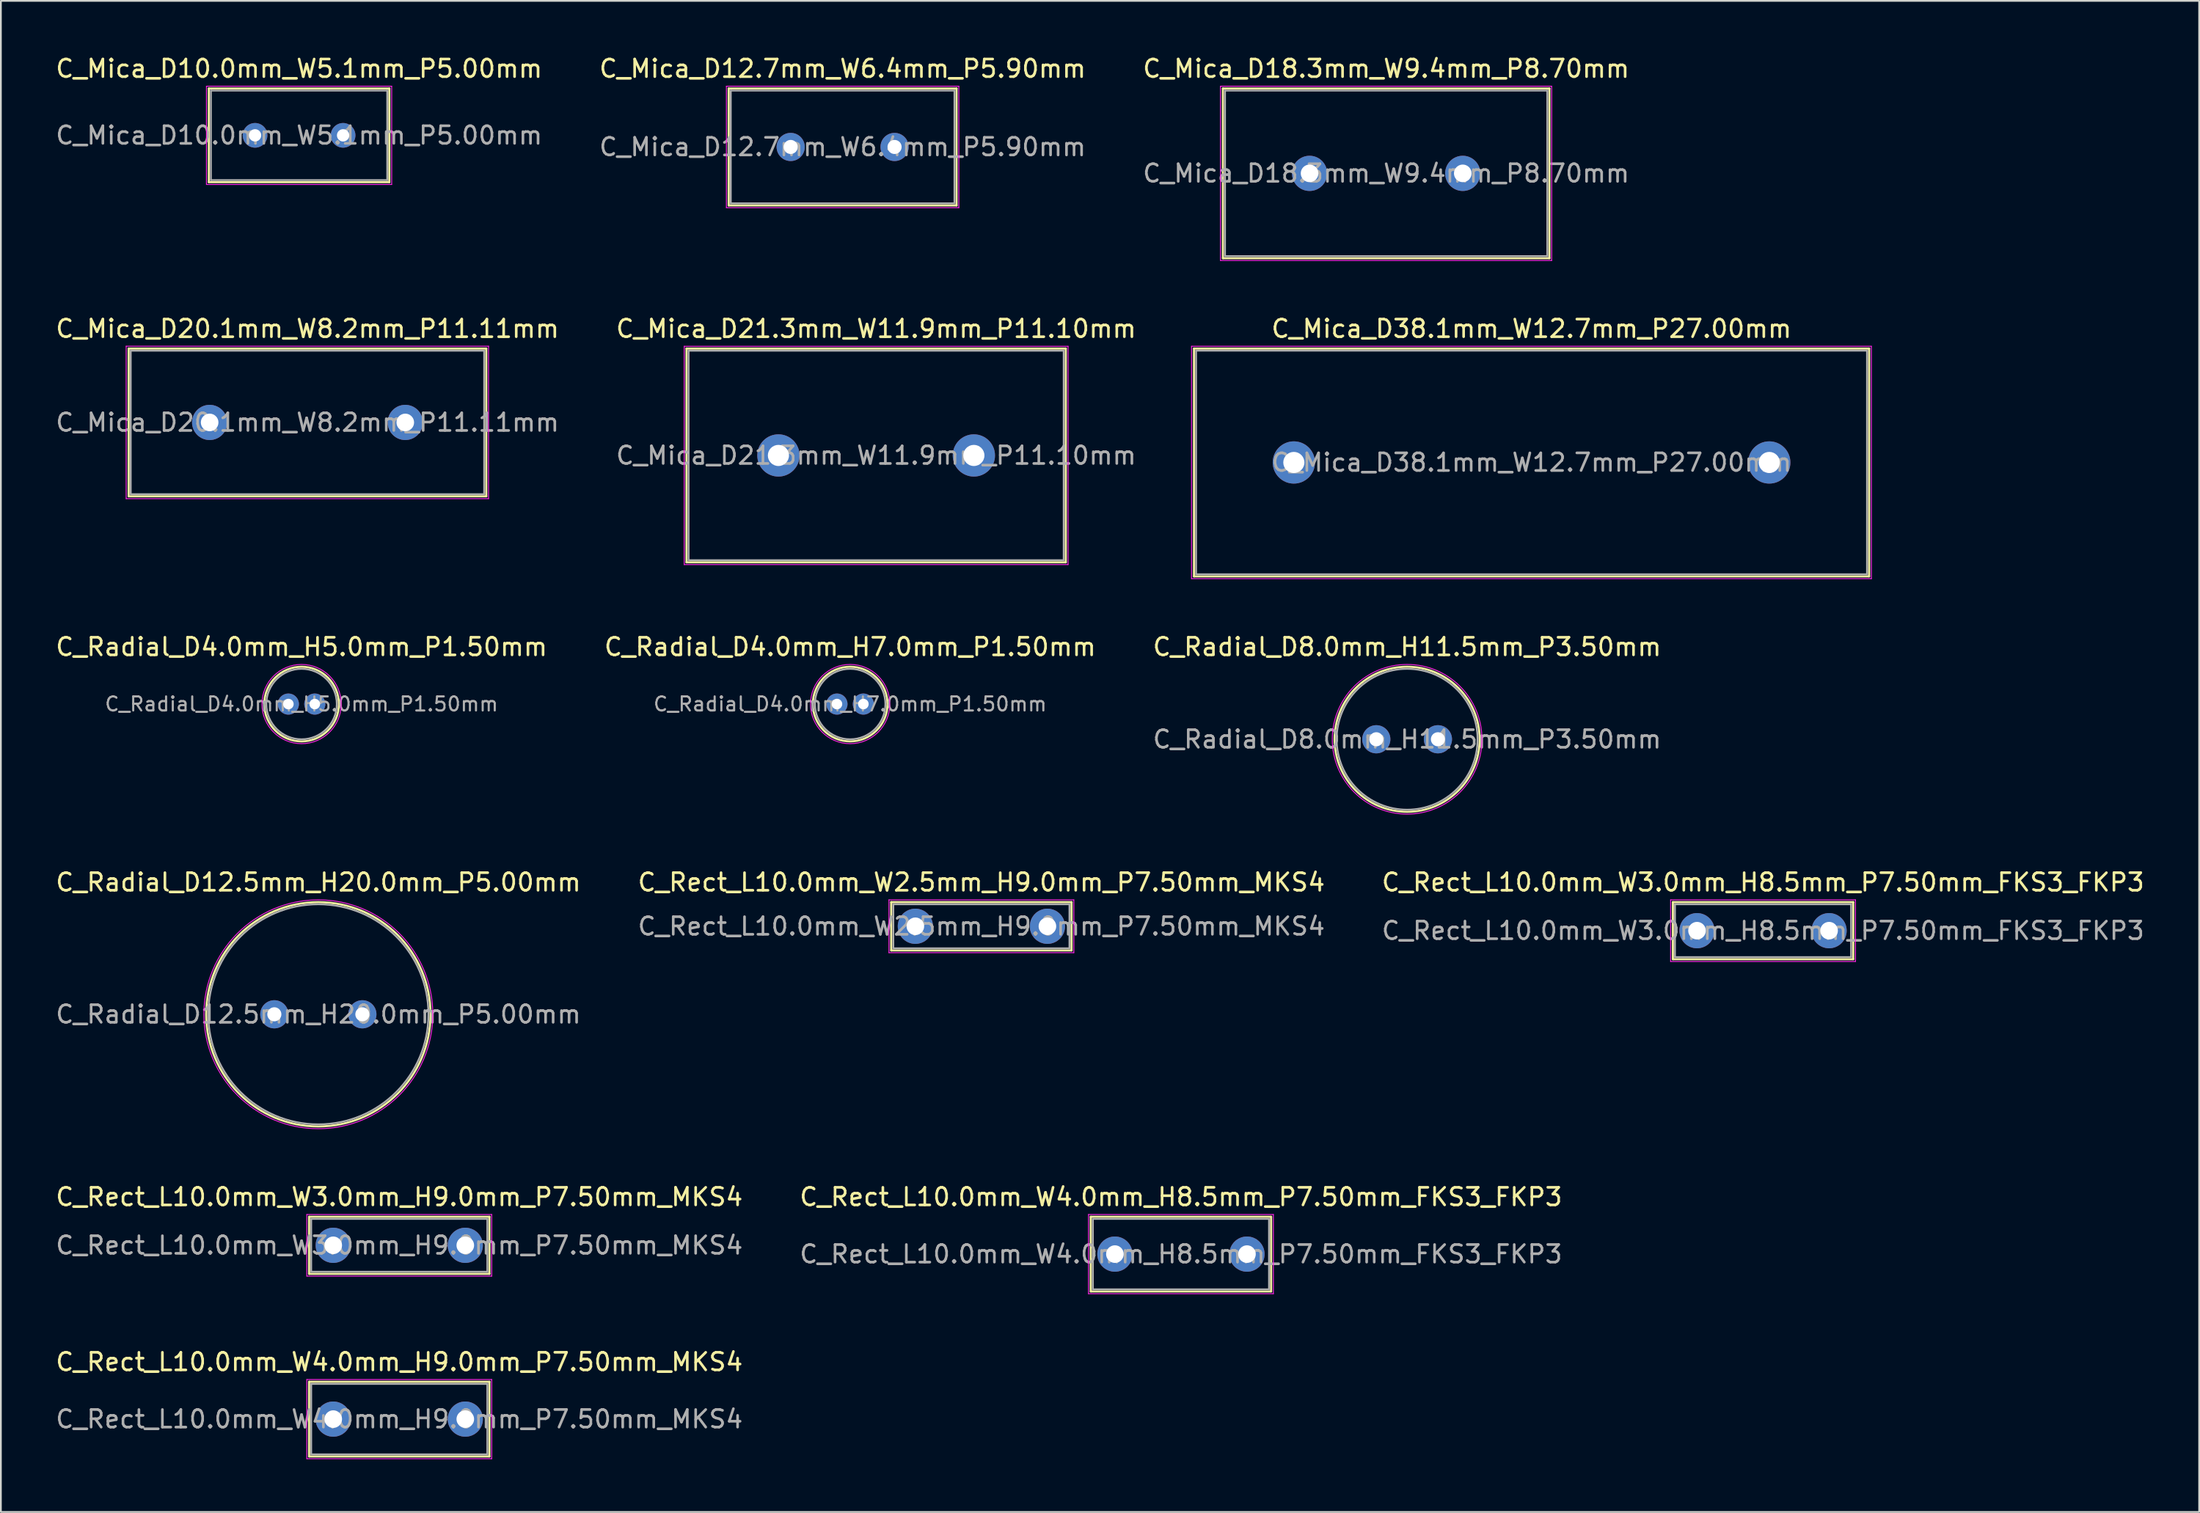
<source format=kicad_pcb>
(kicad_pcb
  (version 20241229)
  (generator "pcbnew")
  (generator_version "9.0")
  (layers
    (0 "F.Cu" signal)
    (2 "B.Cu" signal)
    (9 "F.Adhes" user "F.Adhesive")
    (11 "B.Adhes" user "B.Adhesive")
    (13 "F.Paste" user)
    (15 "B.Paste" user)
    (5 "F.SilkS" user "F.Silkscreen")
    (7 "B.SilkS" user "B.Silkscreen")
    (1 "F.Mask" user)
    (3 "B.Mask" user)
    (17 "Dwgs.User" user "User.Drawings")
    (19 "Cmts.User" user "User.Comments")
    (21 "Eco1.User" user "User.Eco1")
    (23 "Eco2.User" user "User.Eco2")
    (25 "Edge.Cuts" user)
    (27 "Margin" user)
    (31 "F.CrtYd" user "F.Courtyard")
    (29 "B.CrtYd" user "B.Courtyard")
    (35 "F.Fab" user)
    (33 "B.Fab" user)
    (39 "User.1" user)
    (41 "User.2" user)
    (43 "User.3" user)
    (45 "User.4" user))
  (footprint "C_Mica_D12.7mm_W6.4mm_P5.90mm"
    (layer "F.Cu")
    (at 41.854 5.298)
    (property "Reference" "C_Mica_D12.7mm_W6.4mm_P5.90mm" (at 2.95 -4.45 0) (layer "F.SilkS") (effects (font (size 1 1) (thickness 0.15))))
    (attr through_hole)
    (fp_line (start -3.52 -3.32) (end -3.52 3.32) (stroke (width 0.12) (type solid)) (layer "F.SilkS"))
    (fp_line (start -3.52 -3.32) (end 9.42 -3.32) (stroke (width 0.12) (type solid)) (layer "F.SilkS"))
    (fp_line (start -3.52 3.32) (end 9.42 3.32) (stroke (width 0.12) (type solid)) (layer "F.SilkS"))
    (fp_line (start 9.42 -3.32) (end 9.42 3.32) (stroke (width 0.12) (type solid)) (layer "F.SilkS"))
    (fp_line (start -3.65 -3.45) (end -3.65 3.45) (stroke (width 0.05) (type solid)) (layer "F.CrtYd"))
    (fp_line (start -3.65 3.45) (end 9.55 3.45) (stroke (width 0.05) (type solid)) (layer "F.CrtYd"))
    (fp_line (start 9.55 -3.45) (end -3.65 -3.45) (stroke (width 0.05) (type solid)) (layer "F.CrtYd"))
    (fp_line (start 9.55 3.45) (end 9.55 -3.45) (stroke (width 0.05) (type solid)) (layer "F.CrtYd"))
    (fp_line (start -3.4 -3.2) (end -3.4 3.2) (stroke (width 0.1) (type solid)) (layer "F.Fab"))
    (fp_line (start -3.4 3.2) (end 9.3 3.2) (stroke (width 0.1) (type solid)) (layer "F.Fab"))
    (fp_line (start 9.3 -3.2) (end -3.4 -3.2) (stroke (width 0.1) (type solid)) (layer "F.Fab"))
    (fp_line (start 9.3 3.2) (end 9.3 -3.2) (stroke (width 0.1) (type solid)) (layer "F.Fab"))
    (fp_text user "${REFERENCE}" (at 2.95 0 0) (layer "F.Fab") (effects (font (size 1 1) (thickness 0.15))))
    (pad "1" thru_hole circle (at 0 0) (size 1.6 1.6) (drill 0.8) (layers "*.Cu" "*.Mask"))
    (pad "2" thru_hole circle (at 5.9 0) (size 1.6 1.6) (drill 0.8) (layers "*.Cu" "*.Mask")))
  (footprint "C_Mica_D18.3mm_W9.4mm_P8.70mm"
    (layer "F.Cu")
    (at 71.323 6.798)
    (property "Reference" "C_Mica_D18.3mm_W9.4mm_P8.70mm" (at 4.35 -5.95 0) (layer "F.SilkS") (effects (font (size 1 1) (thickness 0.15))))
    (attr through_hole)
    (fp_line (start -4.92 -4.82) (end -4.92 4.82) (stroke (width 0.12) (type solid)) (layer "F.SilkS"))
    (fp_line (start -4.92 -4.82) (end 13.62 -4.82) (stroke (width 0.12) (type solid)) (layer "F.SilkS"))
    (fp_line (start -4.92 4.82) (end 13.62 4.82) (stroke (width 0.12) (type solid)) (layer "F.SilkS"))
    (fp_line (start 13.62 -4.82) (end 13.62 4.82) (stroke (width 0.12) (type solid)) (layer "F.SilkS"))
    (fp_line (start -5.06 -4.95) (end -5.06 4.95) (stroke (width 0.05) (type solid)) (layer "F.CrtYd"))
    (fp_line (start -5.06 4.95) (end 13.75 4.95) (stroke (width 0.05) (type solid)) (layer "F.CrtYd"))
    (fp_line (start 13.75 -4.95) (end -5.06 -4.95) (stroke (width 0.05) (type solid)) (layer "F.CrtYd"))
    (fp_line (start 13.75 4.95) (end 13.75 -4.95) (stroke (width 0.05) (type solid)) (layer "F.CrtYd"))
    (fp_line (start -4.8 -4.7) (end -4.8 4.7) (stroke (width 0.1) (type solid)) (layer "F.Fab"))
    (fp_line (start -4.8 4.7) (end 13.5 4.7) (stroke (width 0.1) (type solid)) (layer "F.Fab"))
    (fp_line (start 13.5 -4.7) (end -4.8 -4.7) (stroke (width 0.1) (type solid)) (layer "F.Fab"))
    (fp_line (start 13.5 4.7) (end 13.5 -4.7) (stroke (width 0.1) (type solid)) (layer "F.Fab"))
    (fp_text user "${REFERENCE}" (at 4.35 0 0) (layer "F.Fab") (effects (font (size 1 1) (thickness 0.15))))
    (pad "1" thru_hole circle (at 0 0) (size 2 2) (drill 1) (layers "*.Cu" "*.Mask"))
    (pad "2" thru_hole circle (at 8.7 0) (size 2 2) (drill 1) (layers "*.Cu" "*.Mask")))
  (footprint "C_Rect_L10.0mm_W2.5mm_H9.0mm_P7.50mm_MKS4"
    (layer "F.Cu")
    (at 48.935 49.568)
    (property "Reference" "C_Rect_L10.0mm_W2.5mm_H9.0mm_P7.50mm_MKS4" (at 3.75 -2.5 0) (layer "F.SilkS") (effects (font (size 1 1) (thickness 0.15))))
    (attr through_hole)
    (fp_line (start -1.37 -1.37) (end -1.37 1.37) (stroke (width 0.12) (type solid)) (layer "F.SilkS"))
    (fp_line (start -1.37 -1.37) (end 8.87 -1.37) (stroke (width 0.12) (type solid)) (layer "F.SilkS"))
    (fp_line (start -1.37 1.37) (end 8.87 1.37) (stroke (width 0.12) (type solid)) (layer "F.SilkS"))
    (fp_line (start 8.87 -1.37) (end 8.87 1.37) (stroke (width 0.12) (type solid)) (layer "F.SilkS"))
    (fp_line (start -1.5 -1.5) (end -1.5 1.5) (stroke (width 0.05) (type solid)) (layer "F.CrtYd"))
    (fp_line (start -1.5 1.5) (end 9 1.5) (stroke (width 0.05) (type solid)) (layer "F.CrtYd"))
    (fp_line (start 9 -1.5) (end -1.5 -1.5) (stroke (width 0.05) (type solid)) (layer "F.CrtYd"))
    (fp_line (start 9 1.5) (end 9 -1.5) (stroke (width 0.05) (type solid)) (layer "F.CrtYd"))
    (fp_line (start -1.25 -1.25) (end -1.25 1.25) (stroke (width 0.1) (type solid)) (layer "F.Fab"))
    (fp_line (start -1.25 1.25) (end 8.75 1.25) (stroke (width 0.1) (type solid)) (layer "F.Fab"))
    (fp_line (start 8.75 -1.25) (end -1.25 -1.25) (stroke (width 0.1) (type solid)) (layer "F.Fab"))
    (fp_line (start 8.75 1.25) (end 8.75 -1.25) (stroke (width 0.1) (type solid)) (layer "F.Fab"))
    (fp_text user "${REFERENCE}" (at 3.75 0 0) (layer "F.Fab") (effects (font (size 1 1) (thickness 0.15))))
    (pad "1" thru_hole circle (at 0 0) (size 2 2) (drill 1) (layers "*.Cu" "*.Mask"))
    (pad "2" thru_hole circle (at 7.5 0) (size 2 2) (drill 1) (layers "*.Cu" "*.Mask")))
  (footprint "C_Rect_L10.0mm_W3.0mm_H8.5mm_P7.50mm_FKS3_FKP3"
    (layer "F.Cu")
    (at 93.327 49.818)
    (property "Reference" "C_Rect_L10.0mm_W3.0mm_H8.5mm_P7.50mm_FKS3_FKP3" (at 3.75 -2.75 0) (layer "F.SilkS") (effects (font (size 1 1) (thickness 0.15))))
    (attr through_hole)
    (fp_line (start -1.37 -1.62) (end -1.37 1.62) (stroke (width 0.12) (type solid)) (layer "F.SilkS"))
    (fp_line (start -1.37 -1.62) (end 8.87 -1.62) (stroke (width 0.12) (type solid)) (layer "F.SilkS"))
    (fp_line (start -1.37 1.62) (end 8.87 1.62) (stroke (width 0.12) (type solid)) (layer "F.SilkS"))
    (fp_line (start 8.87 -1.62) (end 8.87 1.62) (stroke (width 0.12) (type solid)) (layer "F.SilkS"))
    (fp_line (start -1.5 -1.75) (end -1.5 1.75) (stroke (width 0.05) (type solid)) (layer "F.CrtYd"))
    (fp_line (start -1.5 1.75) (end 9 1.75) (stroke (width 0.05) (type solid)) (layer "F.CrtYd"))
    (fp_line (start 9 -1.75) (end -1.5 -1.75) (stroke (width 0.05) (type solid)) (layer "F.CrtYd"))
    (fp_line (start 9 1.75) (end 9 -1.75) (stroke (width 0.05) (type solid)) (layer "F.CrtYd"))
    (fp_line (start -1.25 -1.5) (end -1.25 1.5) (stroke (width 0.1) (type solid)) (layer "F.Fab"))
    (fp_line (start -1.25 1.5) (end 8.75 1.5) (stroke (width 0.1) (type solid)) (layer "F.Fab"))
    (fp_line (start 8.75 -1.5) (end -1.25 -1.5) (stroke (width 0.1) (type solid)) (layer "F.Fab"))
    (fp_line (start 8.75 1.5) (end 8.75 -1.5) (stroke (width 0.1) (type solid)) (layer "F.Fab"))
    (fp_text user "${REFERENCE}" (at 3.75 0 0) (layer "F.Fab") (effects (font (size 1 1) (thickness 0.15))))
    (pad "1" thru_hole circle (at 0 0) (size 2 2) (drill 1) (layers "*.Cu" "*.Mask"))
    (pad "2" thru_hole circle (at 7.5 0) (size 2 2) (drill 1) (layers "*.Cu" "*.Mask")))
  (footprint "C_Mica_D38.1mm_W12.7mm_P27.00mm"
    (layer "F.Cu")
    (at 70.43 23.221)
    (property "Reference" "C_Mica_D38.1mm_W12.7mm_P27.00mm" (at 13.5 -7.6 0) (layer "F.SilkS") (effects (font (size 1 1) (thickness 0.15))))
    (attr through_hole)
    (fp_line (start -5.67 -6.47) (end -5.67 6.47) (stroke (width 0.12) (type solid)) (layer "F.SilkS"))
    (fp_line (start -5.67 -6.47) (end 32.67 -6.47) (stroke (width 0.12) (type solid)) (layer "F.SilkS"))
    (fp_line (start -5.67 6.47) (end 32.67 6.47) (stroke (width 0.12) (type solid)) (layer "F.SilkS"))
    (fp_line (start 32.67 -6.47) (end 32.67 6.47) (stroke (width 0.12) (type solid)) (layer "F.SilkS"))
    (fp_line (start -5.81 -6.6) (end -5.81 6.6) (stroke (width 0.05) (type solid)) (layer "F.CrtYd"))
    (fp_line (start -5.81 6.6) (end 32.8 6.6) (stroke (width 0.05) (type solid)) (layer "F.CrtYd"))
    (fp_line (start 32.8 -6.6) (end -5.81 -6.6) (stroke (width 0.05) (type solid)) (layer "F.CrtYd"))
    (fp_line (start 32.8 6.6) (end 32.8 -6.6) (stroke (width 0.05) (type solid)) (layer "F.CrtYd"))
    (fp_line (start -5.55 -6.35) (end -5.55 6.35) (stroke (width 0.1) (type solid)) (layer "F.Fab"))
    (fp_line (start -5.55 6.35) (end 32.55 6.35) (stroke (width 0.1) (type solid)) (layer "F.Fab"))
    (fp_line (start 32.55 -6.35) (end -5.55 -6.35) (stroke (width 0.1) (type solid)) (layer "F.Fab"))
    (fp_line (start 32.55 6.35) (end 32.55 -6.35) (stroke (width 0.1) (type solid)) (layer "F.Fab"))
    (fp_text user "${REFERENCE}" (at 13.5 0 0) (layer "F.Fab") (effects (font (size 1 1) (thickness 0.15))))
    (pad "1" thru_hole circle (at 0 0) (size 2.4 2.4) (drill 1.2) (layers "*.Cu" "*.Mask"))
    (pad "2" thru_hole circle (at 27 0) (size 2.4 2.4) (drill 1.2) (layers "*.Cu" "*.Mask")))
  (footprint "C_Mica_D10.0mm_W5.1mm_P5.00mm"
    (layer "F.Cu")
    (at 11.435 4.638)
    (property "Reference" "C_Mica_D10.0mm_W5.1mm_P5.00mm" (at 2.5 -3.79 0) (layer "F.SilkS") (effects (font (size 1 1) (thickness 0.15))))
    (attr through_hole)
    (fp_line (start -2.625 -2.66) (end -2.625 2.66) (stroke (width 0.12) (type solid)) (layer "F.SilkS"))
    (fp_line (start -2.625 -2.66) (end 7.625 -2.66) (stroke (width 0.12) (type solid)) (layer "F.SilkS"))
    (fp_line (start -2.625 2.66) (end 7.625 2.66) (stroke (width 0.12) (type solid)) (layer "F.SilkS"))
    (fp_line (start 7.625 -2.66) (end 7.625 2.66) (stroke (width 0.12) (type solid)) (layer "F.SilkS"))
    (fp_line (start -2.76 -2.79) (end -2.76 2.79) (stroke (width 0.05) (type solid)) (layer "F.CrtYd"))
    (fp_line (start -2.76 2.79) (end 7.76 2.79) (stroke (width 0.05) (type solid)) (layer "F.CrtYd"))
    (fp_line (start 7.76 -2.79) (end -2.76 -2.79) (stroke (width 0.05) (type solid)) (layer "F.CrtYd"))
    (fp_line (start 7.76 2.79) (end 7.76 -2.79) (stroke (width 0.05) (type solid)) (layer "F.CrtYd"))
    (fp_line (start -2.505 -2.54) (end -2.505 2.54) (stroke (width 0.1) (type solid)) (layer "F.Fab"))
    (fp_line (start -2.505 2.54) (end 7.505 2.54) (stroke (width 0.1) (type solid)) (layer "F.Fab"))
    (fp_line (start 7.505 -2.54) (end -2.505 -2.54) (stroke (width 0.1) (type solid)) (layer "F.Fab"))
    (fp_line (start 7.505 2.54) (end 7.505 -2.54) (stroke (width 0.1) (type solid)) (layer "F.Fab"))
    (fp_text user "${REFERENCE}" (at 2.5 0 0) (layer "F.Fab") (effects (font (size 1 1) (thickness 0.15))))
    (pad "1" thru_hole circle (at 0 0) (size 1.4 1.4) (drill 0.7) (layers "*.Cu" "*.Mask"))
    (pad "2" thru_hole circle (at 5 0) (size 1.4 1.4) (drill 0.7) (layers "*.Cu" "*.Mask")))
  (footprint "C_Radial_D12.5mm_H20.0mm_P5.00mm"
    (layer "F.Cu")
    (at 12.53 54.568)
    (property "Reference" "C_Radial_D12.5mm_H20.0mm_P5.00mm" (at 2.5 -7.5 0) (layer "F.SilkS") (effects (font (size 1 1) (thickness 0.15))))
    (attr through_hole)
    (fp_circle (center 2.5 0) (end 8.87 0) (stroke (width 0.12) (type solid)) (fill no) (layer "F.SilkS"))
    (fp_circle (center 2.5 0) (end 9 0) (stroke (width 0.05) (type solid)) (fill no) (layer "F.CrtYd"))
    (fp_circle (center 2.5 0) (end 8.75 0) (stroke (width 0.1) (type solid)) (fill no) (layer "F.Fab"))
    (fp_text user "${REFERENCE}" (at 2.5 0 0) (layer "F.Fab") (effects (font (size 1 1) (thickness 0.15))))
    (pad "1" thru_hole circle (at 0 0) (size 1.6 1.6) (drill 0.8) (layers "*.Cu" "*.Mask"))
    (pad "2" thru_hole circle (at 5 0) (size 1.6 1.6) (drill 0.8) (layers "*.Cu" "*.Mask")))
  (footprint "C_Rect_L10.0mm_W4.0mm_H8.5mm_P7.50mm_FKS3_FKP3"
    (layer "F.Cu")
    (at 60.268 68.191)
    (property "Reference" "C_Rect_L10.0mm_W4.0mm_H8.5mm_P7.50mm_FKS3_FKP3" (at 3.75 -3.25 0) (layer "F.SilkS") (effects (font (size 1 1) (thickness 0.15))))
    (attr through_hole)
    (fp_line (start -1.37 -2.12) (end -1.37 2.12) (stroke (width 0.12) (type solid)) (layer "F.SilkS"))
    (fp_line (start -1.37 -2.12) (end 8.87 -2.12) (stroke (width 0.12) (type solid)) (layer "F.SilkS"))
    (fp_line (start -1.37 2.12) (end 8.87 2.12) (stroke (width 0.12) (type solid)) (layer "F.SilkS"))
    (fp_line (start 8.87 -2.12) (end 8.87 2.12) (stroke (width 0.12) (type solid)) (layer "F.SilkS"))
    (fp_line (start -1.5 -2.25) (end -1.5 2.25) (stroke (width 0.05) (type solid)) (layer "F.CrtYd"))
    (fp_line (start -1.5 2.25) (end 9 2.25) (stroke (width 0.05) (type solid)) (layer "F.CrtYd"))
    (fp_line (start 9 -2.25) (end -1.5 -2.25) (stroke (width 0.05) (type solid)) (layer "F.CrtYd"))
    (fp_line (start 9 2.25) (end 9 -2.25) (stroke (width 0.05) (type solid)) (layer "F.CrtYd"))
    (fp_line (start -1.25 -2) (end -1.25 2) (stroke (width 0.1) (type solid)) (layer "F.Fab"))
    (fp_line (start -1.25 2) (end 8.75 2) (stroke (width 0.1) (type solid)) (layer "F.Fab"))
    (fp_line (start 8.75 -2) (end -1.25 -2) (stroke (width 0.1) (type solid)) (layer "F.Fab"))
    (fp_line (start 8.75 2) (end 8.75 -2) (stroke (width 0.1) (type solid)) (layer "F.Fab"))
    (fp_text user "${REFERENCE}" (at 3.75 0 0) (layer "F.Fab") (effects (font (size 1 1) (thickness 0.15))))
    (pad "1" thru_hole circle (at 0 0) (size 2 2) (drill 1) (layers "*.Cu" "*.Mask"))
    (pad "2" thru_hole circle (at 7.5 0) (size 2 2) (drill 1) (layers "*.Cu" "*.Mask")))
  (footprint "C_Mica_D21.3mm_W11.9mm_P11.10mm"
    (layer "F.Cu")
    (at 41.158 22.822)
    (property "Reference" "C_Mica_D21.3mm_W11.9mm_P11.10mm" (at 5.55 -7.2 0) (layer "F.SilkS") (effects (font (size 1 1) (thickness 0.15))))
    (attr through_hole)
    (fp_line (start -5.22 -6.07) (end -5.22 6.07) (stroke (width 0.12) (type solid)) (layer "F.SilkS"))
    (fp_line (start -5.22 -6.07) (end 16.32 -6.07) (stroke (width 0.12) (type solid)) (layer "F.SilkS"))
    (fp_line (start -5.22 6.07) (end 16.32 6.07) (stroke (width 0.12) (type solid)) (layer "F.SilkS"))
    (fp_line (start 16.32 -6.07) (end 16.32 6.07) (stroke (width 0.12) (type solid)) (layer "F.SilkS"))
    (fp_line (start -5.35 -6.2) (end -5.35 6.2) (stroke (width 0.05) (type solid)) (layer "F.CrtYd"))
    (fp_line (start -5.35 6.2) (end 16.45 6.2) (stroke (width 0.05) (type solid)) (layer "F.CrtYd"))
    (fp_line (start 16.45 -6.2) (end -5.35 -6.2) (stroke (width 0.05) (type solid)) (layer "F.CrtYd"))
    (fp_line (start 16.45 6.2) (end 16.45 -6.2) (stroke (width 0.05) (type solid)) (layer "F.CrtYd"))
    (fp_line (start -5.1 -5.95) (end -5.1 5.95) (stroke (width 0.1) (type solid)) (layer "F.Fab"))
    (fp_line (start -5.1 5.95) (end 16.2 5.95) (stroke (width 0.1) (type solid)) (layer "F.Fab"))
    (fp_line (start 16.2 -5.95) (end -5.1 -5.95) (stroke (width 0.1) (type solid)) (layer "F.Fab"))
    (fp_line (start 16.2 5.95) (end 16.2 -5.95) (stroke (width 0.1) (type solid)) (layer "F.Fab"))
    (fp_text user "${REFERENCE}" (at 5.55 0 0) (layer "F.Fab") (effects (font (size 1 1) (thickness 0.15))))
    (pad "1" thru_hole circle (at 0 0) (size 2.4 2.4) (drill 1.2) (layers "*.Cu" "*.Mask"))
    (pad "2" thru_hole circle (at 11.1 0) (size 2.4 2.4) (drill 1.2) (layers "*.Cu" "*.Mask")))
  (footprint "C_Rect_L10.0mm_W3.0mm_H9.0mm_P7.50mm_MKS4"
    (layer "F.Cu")
    (at 15.875 67.691)
    (property "Reference" "C_Rect_L10.0mm_W3.0mm_H9.0mm_P7.50mm_MKS4" (at 3.75 -2.75 0) (layer "F.SilkS") (effects (font (size 1 1) (thickness 0.15))))
    (attr through_hole)
    (fp_line (start -1.37 -1.62) (end -1.37 1.62) (stroke (width 0.12) (type solid)) (layer "F.SilkS"))
    (fp_line (start -1.37 -1.62) (end 8.87 -1.62) (stroke (width 0.12) (type solid)) (layer "F.SilkS"))
    (fp_line (start -1.37 1.62) (end 8.87 1.62) (stroke (width 0.12) (type solid)) (layer "F.SilkS"))
    (fp_line (start 8.87 -1.62) (end 8.87 1.62) (stroke (width 0.12) (type solid)) (layer "F.SilkS"))
    (fp_line (start -1.5 -1.75) (end -1.5 1.75) (stroke (width 0.05) (type solid)) (layer "F.CrtYd"))
    (fp_line (start -1.5 1.75) (end 9 1.75) (stroke (width 0.05) (type solid)) (layer "F.CrtYd"))
    (fp_line (start 9 -1.75) (end -1.5 -1.75) (stroke (width 0.05) (type solid)) (layer "F.CrtYd"))
    (fp_line (start 9 1.75) (end 9 -1.75) (stroke (width 0.05) (type solid)) (layer "F.CrtYd"))
    (fp_line (start -1.25 -1.5) (end -1.25 1.5) (stroke (width 0.1) (type solid)) (layer "F.Fab"))
    (fp_line (start -1.25 1.5) (end 8.75 1.5) (stroke (width 0.1) (type solid)) (layer "F.Fab"))
    (fp_line (start 8.75 -1.5) (end -1.25 -1.5) (stroke (width 0.1) (type solid)) (layer "F.Fab"))
    (fp_line (start 8.75 1.5) (end 8.75 -1.5) (stroke (width 0.1) (type solid)) (layer "F.Fab"))
    (fp_text user "${REFERENCE}" (at 3.75 0 0) (layer "F.Fab") (effects (font (size 1 1) (thickness 0.15))))
    (pad "1" thru_hole circle (at 0 0) (size 2 2) (drill 1) (layers "*.Cu" "*.Mask"))
    (pad "2" thru_hole circle (at 7.5 0) (size 2 2) (drill 1) (layers "*.Cu" "*.Mask")))
  (footprint "C_Radial_D4.0mm_H5.0mm_P1.50mm"
    (layer "F.Cu")
    (at 13.327 36.945)
    (property "Reference" "C_Radial_D4.0mm_H5.0mm_P1.50mm" (at 0.75 -3.25 0) (layer "F.SilkS") (effects (font (size 1 1) (thickness 0.15))))
    (attr through_hole)
    (fp_circle (center 0.75 0) (end 2.87 0) (stroke (width 0.12) (type solid)) (fill no) (layer "F.SilkS"))
    (fp_circle (center 0.75 0) (end 3 0) (stroke (width 0.05) (type solid)) (fill no) (layer "F.CrtYd"))
    (fp_circle (center 0.75 0) (end 2.75 0) (stroke (width 0.1) (type solid)) (fill no) (layer "F.Fab"))
    (fp_text user "${REFERENCE}" (at 0.75 0 0) (layer "F.Fab") (effects (font (size 0.8 0.8) (thickness 0.12))))
    (pad "1" thru_hole circle (at 0 0) (size 1.2 1.2) (drill 0.6) (layers "*.Cu" "*.Mask"))
    (pad "2" thru_hole circle (at 1.5 0) (size 1.2 1.2) (drill 0.6) (layers "*.Cu" "*.Mask")))
  (footprint "C_Radial_D8.0mm_H11.5mm_P3.50mm"
    (layer "F.Cu")
    (at 75.113 38.945)
    (property "Reference" "C_Radial_D8.0mm_H11.5mm_P3.50mm" (at 1.75 -5.25 0) (layer "F.SilkS") (effects (font (size 1 1) (thickness 0.15))))
    (attr through_hole)
    (fp_circle (center 1.75 0) (end 5.87 0) (stroke (width 0.12) (type solid)) (fill no) (layer "F.SilkS"))
    (fp_circle (center 1.75 0) (end 6 0) (stroke (width 0.05) (type solid)) (fill no) (layer "F.CrtYd"))
    (fp_circle (center 1.75 0) (end 5.75 0) (stroke (width 0.1) (type solid)) (fill no) (layer "F.Fab"))
    (fp_text user "${REFERENCE}" (at 1.75 0 0) (layer "F.Fab") (effects (font (size 1 1) (thickness 0.15))))
    (pad "1" thru_hole circle (at 0 0) (size 1.6 1.6) (drill 0.8) (layers "*.Cu" "*.Mask"))
    (pad "2" thru_hole circle (at 3.5 0) (size 1.6 1.6) (drill 0.8) (layers "*.Cu" "*.Mask")))
  (footprint "C_Rect_L10.0mm_W4.0mm_H9.0mm_P7.50mm_MKS4"
    (layer "F.Cu")
    (at 15.875 77.564)
    (property "Reference" "C_Rect_L10.0mm_W4.0mm_H9.0mm_P7.50mm_MKS4" (at 3.75 -3.25 0) (layer "F.SilkS") (effects (font (size 1 1) (thickness 0.15))))
    (attr through_hole)
    (fp_line (start -1.37 -2.12) (end -1.37 2.12) (stroke (width 0.12) (type solid)) (layer "F.SilkS"))
    (fp_line (start -1.37 -2.12) (end 8.87 -2.12) (stroke (width 0.12) (type solid)) (layer "F.SilkS"))
    (fp_line (start -1.37 2.12) (end 8.87 2.12) (stroke (width 0.12) (type solid)) (layer "F.SilkS"))
    (fp_line (start 8.87 -2.12) (end 8.87 2.12) (stroke (width 0.12) (type solid)) (layer "F.SilkS"))
    (fp_line (start -1.5 -2.25) (end -1.5 2.25) (stroke (width 0.05) (type solid)) (layer "F.CrtYd"))
    (fp_line (start -1.5 2.25) (end 9 2.25) (stroke (width 0.05) (type solid)) (layer "F.CrtYd"))
    (fp_line (start 9 -2.25) (end -1.5 -2.25) (stroke (width 0.05) (type solid)) (layer "F.CrtYd"))
    (fp_line (start 9 2.25) (end 9 -2.25) (stroke (width 0.05) (type solid)) (layer "F.CrtYd"))
    (fp_line (start -1.25 -2) (end -1.25 2) (stroke (width 0.1) (type solid)) (layer "F.Fab"))
    (fp_line (start -1.25 2) (end 8.75 2) (stroke (width 0.1) (type solid)) (layer "F.Fab"))
    (fp_line (start 8.75 -2) (end -1.25 -2) (stroke (width 0.1) (type solid)) (layer "F.Fab"))
    (fp_line (start 8.75 2) (end 8.75 -2) (stroke (width 0.1) (type solid)) (layer "F.Fab"))
    (fp_text user "${REFERENCE}" (at 3.75 0 0) (layer "F.Fab") (effects (font (size 1 1) (thickness 0.15))))
    (pad "1" thru_hole circle (at 0 0) (size 2 2) (drill 1) (layers "*.Cu" "*.Mask"))
    (pad "2" thru_hole circle (at 7.5 0) (size 2 2) (drill 1) (layers "*.Cu" "*.Mask")))
  (footprint "C_Radial_D4.0mm_H7.0mm_P1.50mm"
    (layer "F.Cu")
    (at 44.482 36.945)
    (property "Reference" "C_Radial_D4.0mm_H7.0mm_P1.50mm" (at 0.75 -3.25 0) (layer "F.SilkS") (effects (font (size 1 1) (thickness 0.15))))
    (attr through_hole)
    (fp_circle (center 0.75 0) (end 2.87 0) (stroke (width 0.12) (type solid)) (fill no) (layer "F.SilkS"))
    (fp_circle (center 0.75 0) (end 3 0) (stroke (width 0.05) (type solid)) (fill no) (layer "F.CrtYd"))
    (fp_circle (center 0.75 0) (end 2.75 0) (stroke (width 0.1) (type solid)) (fill no) (layer "F.Fab"))
    (fp_text user "${REFERENCE}" (at 0.75 0 0) (layer "F.Fab") (effects (font (size 0.8 0.8) (thickness 0.12))))
    (pad "1" thru_hole circle (at 0 0) (size 1.2 1.2) (drill 0.6) (layers "*.Cu" "*.Mask"))
    (pad "2" thru_hole circle (at 1.5 0) (size 1.2 1.2) (drill 0.6) (layers "*.Cu" "*.Mask")))
  (footprint "C_Mica_D20.1mm_W8.2mm_P11.11mm"
    (layer "F.Cu")
    (at 8.856 20.947)
    (property "Reference" "C_Mica_D20.1mm_W8.2mm_P11.11mm" (at 5.555 -5.325 0) (layer "F.SilkS") (effects (font (size 1 1) (thickness 0.15))))
    (attr through_hole)
    (fp_line (start -4.6 -4.195) (end -4.6 4.195) (stroke (width 0.12) (type solid)) (layer "F.SilkS"))
    (fp_line (start -4.6 -4.195) (end 15.71 -4.195) (stroke (width 0.12) (type solid)) (layer "F.SilkS"))
    (fp_line (start -4.6 4.195) (end 15.71 4.195) (stroke (width 0.12) (type solid)) (layer "F.SilkS"))
    (fp_line (start 15.71 -4.195) (end 15.71 4.195) (stroke (width 0.12) (type solid)) (layer "F.SilkS"))
    (fp_line (start -4.74 -4.33) (end -4.74 4.33) (stroke (width 0.05) (type solid)) (layer "F.CrtYd"))
    (fp_line (start -4.74 4.33) (end 15.84 4.33) (stroke (width 0.05) (type solid)) (layer "F.CrtYd"))
    (fp_line (start 15.84 -4.33) (end -4.74 -4.33) (stroke (width 0.05) (type solid)) (layer "F.CrtYd"))
    (fp_line (start 15.84 4.33) (end 15.84 -4.33) (stroke (width 0.05) (type solid)) (layer "F.CrtYd"))
    (fp_line (start -4.48 -4.075) (end -4.48 4.075) (stroke (width 0.1) (type solid)) (layer "F.Fab"))
    (fp_line (start -4.48 4.075) (end 15.59 4.075) (stroke (width 0.1) (type solid)) (layer "F.Fab"))
    (fp_line (start 15.59 -4.075) (end -4.48 -4.075) (stroke (width 0.1) (type solid)) (layer "F.Fab"))
    (fp_line (start 15.59 4.075) (end 15.59 -4.075) (stroke (width 0.1) (type solid)) (layer "F.Fab"))
    (fp_text user "${REFERENCE}" (at 5.555 0 0) (layer "F.Fab") (effects (font (size 1 1) (thickness 0.15))))
    (pad "1" thru_hole circle (at 0 0) (size 2 2) (drill 1) (layers "*.Cu" "*.Mask"))
    (pad "2" thru_hole circle (at 11.11 0) (size 2 2) (drill 1) (layers "*.Cu" "*.Mask")))
  (gr_rect
    (start -3 -3)
    (end 121.845 82.84)
    (stroke (width 0.1) (type default))
    (fill no)
    (layer "Edge.Cuts")))
</source>
